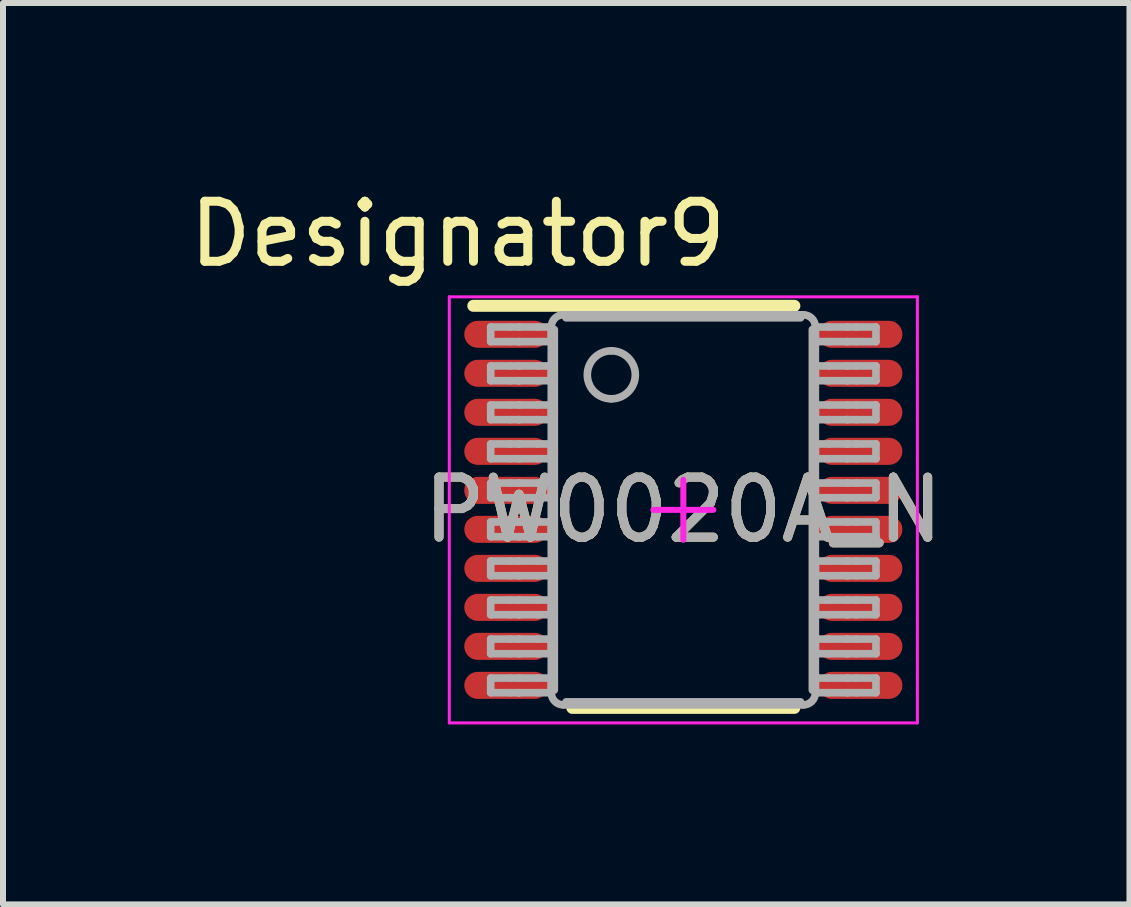
<source format=kicad_pcb>
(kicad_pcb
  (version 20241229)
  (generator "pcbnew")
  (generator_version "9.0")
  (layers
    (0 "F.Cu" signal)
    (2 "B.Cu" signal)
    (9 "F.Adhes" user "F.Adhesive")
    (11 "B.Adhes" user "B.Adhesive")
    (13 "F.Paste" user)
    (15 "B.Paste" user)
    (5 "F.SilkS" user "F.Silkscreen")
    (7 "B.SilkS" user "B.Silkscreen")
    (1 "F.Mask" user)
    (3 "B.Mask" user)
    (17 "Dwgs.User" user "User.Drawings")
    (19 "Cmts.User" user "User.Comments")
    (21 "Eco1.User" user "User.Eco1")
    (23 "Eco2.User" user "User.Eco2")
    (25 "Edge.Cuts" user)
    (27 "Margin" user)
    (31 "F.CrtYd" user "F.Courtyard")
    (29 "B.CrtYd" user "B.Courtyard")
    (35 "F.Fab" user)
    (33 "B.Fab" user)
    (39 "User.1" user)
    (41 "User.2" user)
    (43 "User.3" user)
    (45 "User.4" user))
  (footprint "PW0020A_N"
    (layer "F.Cu")
    (at 8.337 5.446)
    (property "Reference" "PW0020A_N" (at 0 0 0) (unlocked yes) (layer "F.SilkS") (effects (font (size 1 1) (thickness 0.15))))
    (attr smd)
    (fp_line (start -3.5 -3.4) (end 1.85 -3.4) (stroke (width 0.2) (type solid)) (layer "F.SilkS"))
    (fp_line (start -1.85 3.3) (end 1.85 3.3) (stroke (width 0.2) (type solid)) (layer "F.SilkS"))
    (fp_line (start -3.9 -3.55) (end 3.9 -3.55) (stroke (width 0.05) (type solid)) (layer "F.CrtYd"))
    (fp_line (start -3.9 3.55) (end -3.9 -3.55) (stroke (width 0.05) (type solid)) (layer "F.CrtYd"))
    (fp_line (start -3.9 3.55) (end 3.9 3.55) (stroke (width 0.05) (type solid)) (layer "F.CrtYd"))
    (fp_line (start -0.5 0.000003) (end 0.5 0.000003) (stroke (width 0.1) (type solid)) (layer "F.CrtYd"))
    (fp_line (start 0 0.5) (end 0 -0.5) (stroke (width 0.1) (type solid)) (layer "F.CrtYd"))
    (fp_line (start 3.9 3.55) (end 3.9 -3.55) (stroke (width 0.05) (type solid)) (layer "F.CrtYd"))
    (fp_line (start -3.21 -3.047) (end -2.887 -3.047) (stroke (width 0.127) (type solid)) (layer "F.Fab"))
    (fp_line (start -3.21 -2.803) (end -3.21 -3.047) (stroke (width 0.127) (type solid)) (layer "F.Fab"))
    (fp_line (start -3.21 -2.803) (end -2.887 -2.803) (stroke (width 0.127) (type solid)) (layer "F.Fab"))
    (fp_line (start -3.21 -2.398) (end -2.887 -2.398) (stroke (width 0.127) (type solid)) (layer "F.Fab"))
    (fp_line (start -3.21 -2.152) (end -3.21 -2.398) (stroke (width 0.127) (type solid)) (layer "F.Fab"))
    (fp_line (start -3.21 -2.152) (end -2.887 -2.152) (stroke (width 0.127) (type solid)) (layer "F.Fab"))
    (fp_line (start -3.21 -1.747) (end -2.887 -1.747) (stroke (width 0.127) (type solid)) (layer "F.Fab"))
    (fp_line (start -3.21 -1.503) (end -3.21 -1.747) (stroke (width 0.127) (type solid)) (layer "F.Fab"))
    (fp_line (start -3.21 -1.503) (end -2.887 -1.503) (stroke (width 0.127) (type solid)) (layer "F.Fab"))
    (fp_line (start -3.21 -1.098) (end -2.887 -1.098) (stroke (width 0.127) (type solid)) (layer "F.Fab"))
    (fp_line (start -3.21 -0.852) (end -3.21 -1.098) (stroke (width 0.127) (type solid)) (layer "F.Fab"))
    (fp_line (start -3.21 -0.852) (end -2.887 -0.852) (stroke (width 0.127) (type solid)) (layer "F.Fab"))
    (fp_line (start -3.21 -0.447) (end -2.887 -0.447) (stroke (width 0.127) (type solid)) (layer "F.Fab"))
    (fp_line (start -3.21 -0.202) (end -3.21 -0.447) (stroke (width 0.127) (type solid)) (layer "F.Fab"))
    (fp_line (start -3.21 -0.202) (end -2.887 -0.202) (stroke (width 0.127) (type solid)) (layer "F.Fab"))
    (fp_line (start -3.21 0.202) (end -2.887 0.202) (stroke (width 0.127) (type solid)) (layer "F.Fab"))
    (fp_line (start -3.21 0.448) (end -3.21 0.202) (stroke (width 0.127) (type solid)) (layer "F.Fab"))
    (fp_line (start -3.21 0.448) (end -2.887 0.448) (stroke (width 0.127) (type solid)) (layer "F.Fab"))
    (fp_line (start -3.21 0.853) (end -2.887 0.853) (stroke (width 0.127) (type solid)) (layer "F.Fab"))
    (fp_line (start -3.21 1.098) (end -3.21 0.853) (stroke (width 0.127) (type solid)) (layer "F.Fab"))
    (fp_line (start -3.21 1.098) (end -2.887 1.098) (stroke (width 0.127) (type solid)) (layer "F.Fab"))
    (fp_line (start -3.21 1.503) (end -2.887 1.503) (stroke (width 0.127) (type solid)) (layer "F.Fab"))
    (fp_line (start -3.21 1.748) (end -3.21 1.503) (stroke (width 0.127) (type solid)) (layer "F.Fab"))
    (fp_line (start -3.21 1.748) (end -2.887 1.748) (stroke (width 0.127) (type solid)) (layer "F.Fab"))
    (fp_line (start -3.21 2.153) (end -2.887 2.153) (stroke (width 0.127) (type solid)) (layer "F.Fab"))
    (fp_line (start -3.21 2.398) (end -3.21 2.153) (stroke (width 0.127) (type solid)) (layer "F.Fab"))
    (fp_line (start -3.21 2.398) (end -2.887 2.398) (stroke (width 0.127) (type solid)) (layer "F.Fab"))
    (fp_line (start -3.21 2.803) (end -2.887 2.803) (stroke (width 0.127) (type solid)) (layer "F.Fab"))
    (fp_line (start -3.21 3.047) (end -3.21 2.803) (stroke (width 0.127) (type solid)) (layer "F.Fab"))
    (fp_line (start -3.21 3.047) (end -2.887 3.047) (stroke (width 0.127) (type solid)) (layer "F.Fab"))
    (fp_line (start -2.887 -3.047) (end -2.739 -3.047) (stroke (width 0.127) (type solid)) (layer "F.Fab"))
    (fp_line (start -2.887 -2.803) (end -2.739 -2.803) (stroke (width 0.127) (type solid)) (layer "F.Fab"))
    (fp_line (start -2.887 -2.398) (end -2.739 -2.398) (stroke (width 0.127) (type solid)) (layer "F.Fab"))
    (fp_line (start -2.887 -2.152) (end -2.739 -2.152) (stroke (width 0.127) (type solid)) (layer "F.Fab"))
    (fp_line (start -2.887 -1.747) (end -2.739 -1.747) (stroke (width 0.127) (type solid)) (layer "F.Fab"))
    (fp_line (start -2.887 -1.503) (end -2.739 -1.503) (stroke (width 0.127) (type solid)) (layer "F.Fab"))
    (fp_line (start -2.887 -1.098) (end -2.739 -1.098) (stroke (width 0.127) (type solid)) (layer "F.Fab"))
    (fp_line (start -2.887 -0.852) (end -2.739 -0.852) (stroke (width 0.127) (type solid)) (layer "F.Fab"))
    (fp_line (start -2.887 -0.447) (end -2.739 -0.447) (stroke (width 0.127) (type solid)) (layer "F.Fab"))
    (fp_line (start -2.887 -0.202) (end -2.739 -0.202) (stroke (width 0.127) (type solid)) (layer "F.Fab"))
    (fp_line (start -2.887 0.202) (end -2.739 0.202) (stroke (width 0.127) (type solid)) (layer "F.Fab"))
    (fp_line (start -2.887 0.448) (end -2.739 0.448) (stroke (width 0.127) (type solid)) (layer "F.Fab"))
    (fp_line (start -2.887 0.853) (end -2.739 0.853) (stroke (width 0.127) (type solid)) (layer "F.Fab"))
    (fp_line (start -2.887 1.098) (end -2.739 1.098) (stroke (width 0.127) (type solid)) (layer "F.Fab"))
    (fp_line (start -2.887 1.503) (end -2.739 1.503) (stroke (width 0.127) (type solid)) (layer "F.Fab"))
    (fp_line (start -2.887 1.748) (end -2.739 1.748) (stroke (width 0.127) (type solid)) (layer "F.Fab"))
    (fp_line (start -2.887 2.153) (end -2.739 2.153) (stroke (width 0.127) (type solid)) (layer "F.Fab"))
    (fp_line (start -2.887 2.398) (end -2.739 2.398) (stroke (width 0.127) (type solid)) (layer "F.Fab"))
    (fp_line (start -2.887 2.803) (end -2.739 2.803) (stroke (width 0.127) (type solid)) (layer "F.Fab"))
    (fp_line (start -2.887 3.047) (end -2.739 3.047) (stroke (width 0.127) (type solid)) (layer "F.Fab"))
    (fp_line (start -2.739 -3.047) (end -2.733 -3.047) (stroke (width 0.127) (type solid)) (layer "F.Fab"))
    (fp_line (start -2.739 -2.803) (end -2.733 -2.803) (stroke (width 0.127) (type solid)) (layer "F.Fab"))
    (fp_line (start -2.739 -2.398) (end -2.733 -2.398) (stroke (width 0.127) (type solid)) (layer "F.Fab"))
    (fp_line (start -2.739 -2.152) (end -2.733 -2.152) (stroke (width 0.127) (type solid)) (layer "F.Fab"))
    (fp_line (start -2.739 -1.747) (end -2.733 -1.747) (stroke (width 0.127) (type solid)) (layer "F.Fab"))
    (fp_line (start -2.739 -1.503) (end -2.733 -1.503) (stroke (width 0.127) (type solid)) (layer "F.Fab"))
    (fp_line (start -2.739 -1.098) (end -2.733 -1.098) (stroke (width 0.127) (type solid)) (layer "F.Fab"))
    (fp_line (start -2.739 -0.852) (end -2.733 -0.852) (stroke (width 0.127) (type solid)) (layer "F.Fab"))
    (fp_line (start -2.739 -0.447) (end -2.733 -0.447) (stroke (width 0.127) (type solid)) (layer "F.Fab"))
    (fp_line (start -2.739 -0.202) (end -2.733 -0.202) (stroke (width 0.127) (type solid)) (layer "F.Fab"))
    (fp_line (start -2.739 0.202) (end -2.733 0.202) (stroke (width 0.127) (type solid)) (layer "F.Fab"))
    (fp_line (start -2.739 0.448) (end -2.733 0.448) (stroke (width 0.127) (type solid)) (layer "F.Fab"))
    (fp_line (start -2.739 0.853) (end -2.733 0.853) (stroke (width 0.127) (type solid)) (layer "F.Fab"))
    (fp_line (start -2.739 1.098) (end -2.733 1.098) (stroke (width 0.127) (type solid)) (layer "F.Fab"))
    (fp_line (start -2.739 1.503) (end -2.733 1.503) (stroke (width 0.127) (type solid)) (layer "F.Fab"))
    (fp_line (start -2.739 1.748) (end -2.733 1.748) (stroke (width 0.127) (type solid)) (layer "F.Fab"))
    (fp_line (start -2.739 2.153) (end -2.733 2.153) (stroke (width 0.127) (type solid)) (layer "F.Fab"))
    (fp_line (start -2.739 2.398) (end -2.733 2.398) (stroke (width 0.127) (type solid)) (layer "F.Fab"))
    (fp_line (start -2.739 2.803) (end -2.733 2.803) (stroke (width 0.127) (type solid)) (layer "F.Fab"))
    (fp_line (start -2.739 3.047) (end -2.733 3.047) (stroke (width 0.127) (type solid)) (layer "F.Fab"))
    (fp_line (start -2.733 -3.047) (end -2.431 -3.047) (stroke (width 0.127) (type solid)) (layer "F.Fab"))
    (fp_line (start -2.733 -2.803) (end -2.431 -2.803) (stroke (width 0.127) (type solid)) (layer "F.Fab"))
    (fp_line (start -2.733 -2.398) (end -2.431 -2.398) (stroke (width 0.127) (type solid)) (layer "F.Fab"))
    (fp_line (start -2.733 -2.152) (end -2.431 -2.152) (stroke (width 0.127) (type solid)) (layer "F.Fab"))
    (fp_line (start -2.733 -1.747) (end -2.431 -1.747) (stroke (width 0.127) (type solid)) (layer "F.Fab"))
    (fp_line (start -2.733 -1.503) (end -2.431 -1.503) (stroke (width 0.127) (type solid)) (layer "F.Fab"))
    (fp_line (start -2.733 -1.098) (end -2.431 -1.098) (stroke (width 0.127) (type solid)) (layer "F.Fab"))
    (fp_line (start -2.733 -0.852) (end -2.431 -0.852) (stroke (width 0.127) (type solid)) (layer "F.Fab"))
    (fp_line (start -2.733 -0.447) (end -2.431 -0.447) (stroke (width 0.127) (type solid)) (layer "F.Fab"))
    (fp_line (start -2.733 -0.202) (end -2.431 -0.202) (stroke (width 0.127) (type solid)) (layer "F.Fab"))
    (fp_line (start -2.733 0.202) (end -2.431 0.202) (stroke (width 0.127) (type solid)) (layer "F.Fab"))
    (fp_line (start -2.733 0.448) (end -2.431 0.448) (stroke (width 0.127) (type solid)) (layer "F.Fab"))
    (fp_line (start -2.733 0.853) (end -2.431 0.853) (stroke (width 0.127) (type solid)) (layer "F.Fab"))
    (fp_line (start -2.733 1.098) (end -2.431 1.098) (stroke (width 0.127) (type solid)) (layer "F.Fab"))
    (fp_line (start -2.733 1.503) (end -2.431 1.503) (stroke (width 0.127) (type solid)) (layer "F.Fab"))
    (fp_line (start -2.733 1.748) (end -2.431 1.748) (stroke (width 0.127) (type solid)) (layer "F.Fab"))
    (fp_line (start -2.733 2.153) (end -2.431 2.153) (stroke (width 0.127) (type solid)) (layer "F.Fab"))
    (fp_line (start -2.733 2.398) (end -2.431 2.398) (stroke (width 0.127) (type solid)) (layer "F.Fab"))
    (fp_line (start -2.733 2.803) (end -2.431 2.803) (stroke (width 0.127) (type solid)) (layer "F.Fab"))
    (fp_line (start -2.733 3.047) (end -2.431 3.047) (stroke (width 0.127) (type solid)) (layer "F.Fab"))
    (fp_line (start -2.431 -3.047) (end -2.2 -3.047) (stroke (width 0.127) (type solid)) (layer "F.Fab"))
    (fp_line (start -2.431 -2.803) (end -2.2 -2.803) (stroke (width 0.127) (type solid)) (layer "F.Fab"))
    (fp_line (start -2.431 -2.398) (end -2.2 -2.398) (stroke (width 0.127) (type solid)) (layer "F.Fab"))
    (fp_line (start -2.431 -2.152) (end -2.2 -2.152) (stroke (width 0.127) (type solid)) (layer "F.Fab"))
    (fp_line (start -2.431 -1.747) (end -2.2 -1.747) (stroke (width 0.127) (type solid)) (layer "F.Fab"))
    (fp_line (start -2.431 -1.503) (end -2.2 -1.503) (stroke (width 0.127) (type solid)) (layer "F.Fab"))
    (fp_line (start -2.431 -1.098) (end -2.2 -1.098) (stroke (width 0.127) (type solid)) (layer "F.Fab"))
    (fp_line (start -2.431 -0.852) (end -2.2 -0.852) (stroke (width 0.127) (type solid)) (layer "F.Fab"))
    (fp_line (start -2.431 -0.447) (end -2.2 -0.447) (stroke (width 0.127) (type solid)) (layer "F.Fab"))
    (fp_line (start -2.431 -0.202) (end -2.2 -0.202) (stroke (width 0.127) (type solid)) (layer "F.Fab"))
    (fp_line (start -2.431 0.202) (end -2.2 0.202) (stroke (width 0.127) (type solid)) (layer "F.Fab"))
    (fp_line (start -2.431 0.448) (end -2.2 0.448) (stroke (width 0.127) (type solid)) (layer "F.Fab"))
    (fp_line (start -2.431 0.853) (end -2.2 0.853) (stroke (width 0.127) (type solid)) (layer "F.Fab"))
    (fp_line (start -2.431 1.098) (end -2.2 1.098) (stroke (width 0.127) (type solid)) (layer "F.Fab"))
    (fp_line (start -2.431 1.503) (end -2.2 1.503) (stroke (width 0.127) (type solid)) (layer "F.Fab"))
    (fp_line (start -2.431 1.748) (end -2.2 1.748) (stroke (width 0.127) (type solid)) (layer "F.Fab"))
    (fp_line (start -2.431 2.153) (end -2.2 2.153) (stroke (width 0.127) (type solid)) (layer "F.Fab"))
    (fp_line (start -2.431 2.398) (end -2.2 2.398) (stroke (width 0.127) (type solid)) (layer "F.Fab"))
    (fp_line (start -2.431 2.803) (end -2.2 2.803) (stroke (width 0.127) (type solid)) (layer "F.Fab"))
    (fp_line (start -2.431 3.047) (end -2.2 3.047) (stroke (width 0.127) (type solid)) (layer "F.Fab"))
    (fp_line (start -2.2 -2.803) (end -2.2 -3.047) (stroke (width 0.127) (type solid)) (layer "F.Fab"))
    (fp_line (start -2.2 -2.152) (end -2.2 -2.398) (stroke (width 0.127) (type solid)) (layer "F.Fab"))
    (fp_line (start -2.2 -1.503) (end -2.2 -1.747) (stroke (width 0.127) (type solid)) (layer "F.Fab"))
    (fp_line (start -2.2 -0.852) (end -2.2 -1.098) (stroke (width 0.127) (type solid)) (layer "F.Fab"))
    (fp_line (start -2.2 -0.202) (end -2.2 -0.447) (stroke (width 0.127) (type solid)) (layer "F.Fab"))
    (fp_line (start -2.2 0.448) (end -2.2 0.202) (stroke (width 0.127) (type solid)) (layer "F.Fab"))
    (fp_line (start -2.2 1.098) (end -2.2 0.853) (stroke (width 0.127) (type solid)) (layer "F.Fab"))
    (fp_line (start -2.2 1.748) (end -2.2 1.503) (stroke (width 0.127) (type solid)) (layer "F.Fab"))
    (fp_line (start -2.2 2.398) (end -2.2 2.153) (stroke (width 0.127) (type solid)) (layer "F.Fab"))
    (fp_line (start -2.2 3.047) (end -2.2 2.803) (stroke (width 0.127) (type solid)) (layer "F.Fab"))
    (fp_line (start -2.2 3.05) (end -2.2 -3.05) (stroke (width 0.127) (type solid)) (layer "F.Fab"))
    (fp_line (start -2.15 3.004) (end -2.15 -3.004) (stroke (width 0.127) (type solid)) (layer "F.Fab"))
    (fp_line (start -2 -3.25) (end 2 -3.25) (stroke (width 0.127) (type solid)) (layer "F.Fab"))
    (fp_line (start -2 3.25) (end 2 3.25) (stroke (width 0.127) (type solid)) (layer "F.Fab"))
    (fp_line (start -1.954 -3.2) (end 1.954 -3.2) (stroke (width 0.127) (type solid)) (layer "F.Fab"))
    (fp_line (start -1.954 3.2) (end 1.954 3.2) (stroke (width 0.127) (type solid)) (layer "F.Fab"))
    (fp_line (start 2.15 3.004) (end 2.15 -3.004) (stroke (width 0.127) (type solid)) (layer "F.Fab"))
    (fp_line (start 2.2 -3.047) (end 2.43 -3.047) (stroke (width 0.127) (type solid)) (layer "F.Fab"))
    (fp_line (start 2.2 -2.803) (end 2.2 -3.047) (stroke (width 0.127) (type solid)) (layer "F.Fab"))
    (fp_line (start 2.2 -2.803) (end 2.43 -2.803) (stroke (width 0.127) (type solid)) (layer "F.Fab"))
    (fp_line (start 2.2 -2.398) (end 2.43 -2.398) (stroke (width 0.127) (type solid)) (layer "F.Fab"))
    (fp_line (start 2.2 -2.152) (end 2.2 -2.398) (stroke (width 0.127) (type solid)) (layer "F.Fab"))
    (fp_line (start 2.2 -2.152) (end 2.43 -2.152) (stroke (width 0.127) (type solid)) (layer "F.Fab"))
    (fp_line (start 2.2 -1.747) (end 2.43 -1.747) (stroke (width 0.127) (type solid)) (layer "F.Fab"))
    (fp_line (start 2.2 -1.503) (end 2.2 -1.747) (stroke (width 0.127) (type solid)) (layer "F.Fab"))
    (fp_line (start 2.2 -1.503) (end 2.43 -1.503) (stroke (width 0.127) (type solid)) (layer "F.Fab"))
    (fp_line (start 2.2 -1.098) (end 2.43 -1.098) (stroke (width 0.127) (type solid)) (layer "F.Fab"))
    (fp_line (start 2.2 -0.852) (end 2.2 -1.098) (stroke (width 0.127) (type solid)) (layer "F.Fab"))
    (fp_line (start 2.2 -0.852) (end 2.43 -0.852) (stroke (width 0.127) (type solid)) (layer "F.Fab"))
    (fp_line (start 2.2 -0.447) (end 2.43 -0.447) (stroke (width 0.127) (type solid)) (layer "F.Fab"))
    (fp_line (start 2.2 -0.202) (end 2.2 -0.447) (stroke (width 0.127) (type solid)) (layer "F.Fab"))
    (fp_line (start 2.2 -0.202) (end 2.43 -0.202) (stroke (width 0.127) (type solid)) (layer "F.Fab"))
    (fp_line (start 2.2 0.202) (end 2.43 0.202) (stroke (width 0.127) (type solid)) (layer "F.Fab"))
    (fp_line (start 2.2 0.448) (end 2.2 0.202) (stroke (width 0.127) (type solid)) (layer "F.Fab"))
    (fp_line (start 2.2 0.448) (end 2.43 0.448) (stroke (width 0.127) (type solid)) (layer "F.Fab"))
    (fp_line (start 2.2 0.853) (end 2.43 0.853) (stroke (width 0.127) (type solid)) (layer "F.Fab"))
    (fp_line (start 2.2 1.098) (end 2.2 0.853) (stroke (width 0.127) (type solid)) (layer "F.Fab"))
    (fp_line (start 2.2 1.098) (end 2.43 1.098) (stroke (width 0.127) (type solid)) (layer "F.Fab"))
    (fp_line (start 2.2 1.503) (end 2.43 1.503) (stroke (width 0.127) (type solid)) (layer "F.Fab"))
    (fp_line (start 2.2 1.748) (end 2.2 1.503) (stroke (width 0.127) (type solid)) (layer "F.Fab"))
    (fp_line (start 2.2 1.748) (end 2.43 1.748) (stroke (width 0.127) (type solid)) (layer "F.Fab"))
    (fp_line (start 2.2 2.153) (end 2.43 2.153) (stroke (width 0.127) (type solid)) (layer "F.Fab"))
    (fp_line (start 2.2 2.398) (end 2.2 2.153) (stroke (width 0.127) (type solid)) (layer "F.Fab"))
    (fp_line (start 2.2 2.398) (end 2.43 2.398) (stroke (width 0.127) (type solid)) (layer "F.Fab"))
    (fp_line (start 2.2 2.803) (end 2.43 2.803) (stroke (width 0.127) (type solid)) (layer "F.Fab"))
    (fp_line (start 2.2 3.047) (end 2.2 2.803) (stroke (width 0.127) (type solid)) (layer "F.Fab"))
    (fp_line (start 2.2 3.047) (end 2.43 3.047) (stroke (width 0.127) (type solid)) (layer "F.Fab"))
    (fp_line (start 2.2 3.05) (end 2.2 -3.05) (stroke (width 0.127) (type solid)) (layer "F.Fab"))
    (fp_line (start 2.43 -3.047) (end 2.733 -3.047) (stroke (width 0.127) (type solid)) (layer "F.Fab"))
    (fp_line (start 2.43 -2.803) (end 2.733 -2.803) (stroke (width 0.127) (type solid)) (layer "F.Fab"))
    (fp_line (start 2.43 -2.398) (end 2.733 -2.398) (stroke (width 0.127) (type solid)) (layer "F.Fab"))
    (fp_line (start 2.43 -2.152) (end 2.733 -2.152) (stroke (width 0.127) (type solid)) (layer "F.Fab"))
    (fp_line (start 2.43 -1.747) (end 2.733 -1.747) (stroke (width 0.127) (type solid)) (layer "F.Fab"))
    (fp_line (start 2.43 -1.503) (end 2.733 -1.503) (stroke (width 0.127) (type solid)) (layer "F.Fab"))
    (fp_line (start 2.43 -1.098) (end 2.733 -1.098) (stroke (width 0.127) (type solid)) (layer "F.Fab"))
    (fp_line (start 2.43 -0.852) (end 2.733 -0.852) (stroke (width 0.127) (type solid)) (layer "F.Fab"))
    (fp_line (start 2.43 -0.447) (end 2.733 -0.447) (stroke (width 0.127) (type solid)) (layer "F.Fab"))
    (fp_line (start 2.43 -0.202) (end 2.733 -0.202) (stroke (width 0.127) (type solid)) (layer "F.Fab"))
    (fp_line (start 2.43 0.202) (end 2.733 0.202) (stroke (width 0.127) (type solid)) (layer "F.Fab"))
    (fp_line (start 2.43 0.448) (end 2.733 0.448) (stroke (width 0.127) (type solid)) (layer "F.Fab"))
    (fp_line (start 2.43 0.853) (end 2.733 0.853) (stroke (width 0.127) (type solid)) (layer "F.Fab"))
    (fp_line (start 2.43 1.098) (end 2.733 1.098) (stroke (width 0.127) (type solid)) (layer "F.Fab"))
    (fp_line (start 2.43 1.503) (end 2.733 1.503) (stroke (width 0.127) (type solid)) (layer "F.Fab"))
    (fp_line (start 2.43 1.748) (end 2.733 1.748) (stroke (width 0.127) (type solid)) (layer "F.Fab"))
    (fp_line (start 2.43 2.153) (end 2.733 2.153) (stroke (width 0.127) (type solid)) (layer "F.Fab"))
    (fp_line (start 2.43 2.398) (end 2.733 2.398) (stroke (width 0.127) (type solid)) (layer "F.Fab"))
    (fp_line (start 2.43 2.803) (end 2.733 2.803) (stroke (width 0.127) (type solid)) (layer "F.Fab"))
    (fp_line (start 2.43 3.047) (end 2.733 3.047) (stroke (width 0.127) (type solid)) (layer "F.Fab"))
    (fp_line (start 2.733 -3.047) (end 2.739 -3.047) (stroke (width 0.127) (type solid)) (layer "F.Fab"))
    (fp_line (start 2.733 -2.803) (end 2.739 -2.803) (stroke (width 0.127) (type solid)) (layer "F.Fab"))
    (fp_line (start 2.733 -2.398) (end 2.739 -2.398) (stroke (width 0.127) (type solid)) (layer "F.Fab"))
    (fp_line (start 2.733 -2.152) (end 2.739 -2.152) (stroke (width 0.127) (type solid)) (layer "F.Fab"))
    (fp_line (start 2.733 -1.747) (end 2.739 -1.747) (stroke (width 0.127) (type solid)) (layer "F.Fab"))
    (fp_line (start 2.733 -1.503) (end 2.739 -1.503) (stroke (width 0.127) (type solid)) (layer "F.Fab"))
    (fp_line (start 2.733 -1.098) (end 2.739 -1.098) (stroke (width 0.127) (type solid)) (layer "F.Fab"))
    (fp_line (start 2.733 -0.852) (end 2.739 -0.852) (stroke (width 0.127) (type solid)) (layer "F.Fab"))
    (fp_line (start 2.733 -0.447) (end 2.739 -0.447) (stroke (width 0.127) (type solid)) (layer "F.Fab"))
    (fp_line (start 2.733 -0.202) (end 2.739 -0.202) (stroke (width 0.127) (type solid)) (layer "F.Fab"))
    (fp_line (start 2.733 0.202) (end 2.739 0.202) (stroke (width 0.127) (type solid)) (layer "F.Fab"))
    (fp_line (start 2.733 0.448) (end 2.739 0.448) (stroke (width 0.127) (type solid)) (layer "F.Fab"))
    (fp_line (start 2.733 0.853) (end 2.739 0.853) (stroke (width 0.127) (type solid)) (layer "F.Fab"))
    (fp_line (start 2.733 1.098) (end 2.739 1.098) (stroke (width 0.127) (type solid)) (layer "F.Fab"))
    (fp_line (start 2.733 1.503) (end 2.739 1.503) (stroke (width 0.127) (type solid)) (layer "F.Fab"))
    (fp_line (start 2.733 1.748) (end 2.739 1.748) (stroke (width 0.127) (type solid)) (layer "F.Fab"))
    (fp_line (start 2.733 2.153) (end 2.739 2.153) (stroke (width 0.127) (type solid)) (layer "F.Fab"))
    (fp_line (start 2.733 2.398) (end 2.739 2.398) (stroke (width 0.127) (type solid)) (layer "F.Fab"))
    (fp_line (start 2.733 2.803) (end 2.739 2.803) (stroke (width 0.127) (type solid)) (layer "F.Fab"))
    (fp_line (start 2.733 3.047) (end 2.739 3.047) (stroke (width 0.127) (type solid)) (layer "F.Fab"))
    (fp_line (start 2.739 -3.047) (end 2.887 -3.047) (stroke (width 0.127) (type solid)) (layer "F.Fab"))
    (fp_line (start 2.739 -2.803) (end 2.887 -2.803) (stroke (width 0.127) (type solid)) (layer "F.Fab"))
    (fp_line (start 2.739 -2.398) (end 2.887 -2.398) (stroke (width 0.127) (type solid)) (layer "F.Fab"))
    (fp_line (start 2.739 -2.152) (end 2.887 -2.152) (stroke (width 0.127) (type solid)) (layer "F.Fab"))
    (fp_line (start 2.739 -1.747) (end 2.887 -1.747) (stroke (width 0.127) (type solid)) (layer "F.Fab"))
    (fp_line (start 2.739 -1.503) (end 2.887 -1.503) (stroke (width 0.127) (type solid)) (layer "F.Fab"))
    (fp_line (start 2.739 -1.098) (end 2.887 -1.098) (stroke (width 0.127) (type solid)) (layer "F.Fab"))
    (fp_line (start 2.739 -0.852) (end 2.887 -0.852) (stroke (width 0.127) (type solid)) (layer "F.Fab"))
    (fp_line (start 2.739 -0.447) (end 2.887 -0.447) (stroke (width 0.127) (type solid)) (layer "F.Fab"))
    (fp_line (start 2.739 -0.202) (end 2.887 -0.202) (stroke (width 0.127) (type solid)) (layer "F.Fab"))
    (fp_line (start 2.739 0.202) (end 2.887 0.202) (stroke (width 0.127) (type solid)) (layer "F.Fab"))
    (fp_line (start 2.739 0.448) (end 2.887 0.448) (stroke (width 0.127) (type solid)) (layer "F.Fab"))
    (fp_line (start 2.739 0.853) (end 2.887 0.853) (stroke (width 0.127) (type solid)) (layer "F.Fab"))
    (fp_line (start 2.739 1.098) (end 2.887 1.098) (stroke (width 0.127) (type solid)) (layer "F.Fab"))
    (fp_line (start 2.739 1.503) (end 2.887 1.503) (stroke (width 0.127) (type solid)) (layer "F.Fab"))
    (fp_line (start 2.739 1.748) (end 2.887 1.748) (stroke (width 0.127) (type solid)) (layer "F.Fab"))
    (fp_line (start 2.739 2.153) (end 2.887 2.153) (stroke (width 0.127) (type solid)) (layer "F.Fab"))
    (fp_line (start 2.739 2.398) (end 2.887 2.398) (stroke (width 0.127) (type solid)) (layer "F.Fab"))
    (fp_line (start 2.739 2.803) (end 2.887 2.803) (stroke (width 0.127) (type solid)) (layer "F.Fab"))
    (fp_line (start 2.739 3.047) (end 2.887 3.047) (stroke (width 0.127) (type solid)) (layer "F.Fab"))
    (fp_line (start 2.887 -3.047) (end 3.21 -3.047) (stroke (width 0.127) (type solid)) (layer "F.Fab"))
    (fp_line (start 2.887 -2.803) (end 3.21 -2.803) (stroke (width 0.127) (type solid)) (layer "F.Fab"))
    (fp_line (start 2.887 -2.398) (end 3.21 -2.398) (stroke (width 0.127) (type solid)) (layer "F.Fab"))
    (fp_line (start 2.887 -2.152) (end 3.21 -2.152) (stroke (width 0.127) (type solid)) (layer "F.Fab"))
    (fp_line (start 2.887 -1.747) (end 3.21 -1.747) (stroke (width 0.127) (type solid)) (layer "F.Fab"))
    (fp_line (start 2.887 -1.503) (end 3.21 -1.503) (stroke (width 0.127) (type solid)) (layer "F.Fab"))
    (fp_line (start 2.887 -1.098) (end 3.21 -1.098) (stroke (width 0.127) (type solid)) (layer "F.Fab"))
    (fp_line (start 2.887 -0.852) (end 3.21 -0.852) (stroke (width 0.127) (type solid)) (layer "F.Fab"))
    (fp_line (start 2.887 -0.447) (end 3.21 -0.447) (stroke (width 0.127) (type solid)) (layer "F.Fab"))
    (fp_line (start 2.887 -0.202) (end 3.21 -0.202) (stroke (width 0.127) (type solid)) (layer "F.Fab"))
    (fp_line (start 2.887 0.202) (end 3.21 0.202) (stroke (width 0.127) (type solid)) (layer "F.Fab"))
    (fp_line (start 2.887 0.448) (end 3.21 0.448) (stroke (width 0.127) (type solid)) (layer "F.Fab"))
    (fp_line (start 2.887 0.853) (end 3.21 0.853) (stroke (width 0.127) (type solid)) (layer "F.Fab"))
    (fp_line (start 2.887 1.098) (end 3.21 1.098) (stroke (width 0.127) (type solid)) (layer "F.Fab"))
    (fp_line (start 2.887 1.503) (end 3.21 1.503) (stroke (width 0.127) (type solid)) (layer "F.Fab"))
    (fp_line (start 2.887 1.748) (end 3.21 1.748) (stroke (width 0.127) (type solid)) (layer "F.Fab"))
    (fp_line (start 2.887 2.153) (end 3.21 2.153) (stroke (width 0.127) (type solid)) (layer "F.Fab"))
    (fp_line (start 2.887 2.398) (end 3.21 2.398) (stroke (width 0.127) (type solid)) (layer "F.Fab"))
    (fp_line (start 2.887 2.803) (end 3.21 2.803) (stroke (width 0.127) (type solid)) (layer "F.Fab"))
    (fp_line (start 2.887 3.047) (end 3.21 3.047) (stroke (width 0.127) (type solid)) (layer "F.Fab"))
    (fp_line (start 3.21 -2.803) (end 3.21 -3.047) (stroke (width 0.127) (type solid)) (layer "F.Fab"))
    (fp_line (start 3.21 -2.152) (end 3.21 -2.398) (stroke (width 0.127) (type solid)) (layer "F.Fab"))
    (fp_line (start 3.21 -1.503) (end 3.21 -1.747) (stroke (width 0.127) (type solid)) (layer "F.Fab"))
    (fp_line (start 3.21 -0.852) (end 3.21 -1.098) (stroke (width 0.127) (type solid)) (layer "F.Fab"))
    (fp_line (start 3.21 -0.202) (end 3.21 -0.447) (stroke (width 0.127) (type solid)) (layer "F.Fab"))
    (fp_line (start 3.21 0.448) (end 3.21 0.202) (stroke (width 0.127) (type solid)) (layer "F.Fab"))
    (fp_line (start 3.21 1.098) (end 3.21 0.853) (stroke (width 0.127) (type solid)) (layer "F.Fab"))
    (fp_line (start 3.21 1.748) (end 3.21 1.503) (stroke (width 0.127) (type solid)) (layer "F.Fab"))
    (fp_line (start 3.21 2.398) (end 3.21 2.153) (stroke (width 0.127) (type solid)) (layer "F.Fab"))
    (fp_line (start 3.21 3.047) (end 3.21 2.803) (stroke (width 0.127) (type solid)) (layer "F.Fab"))
    (fp_arc (start -2.200026 -3.050001) (mid -2.141435 -3.191428) (end -2.000001 -3.250001) (stroke (width 0.127) (type solid)) (layer "F.Fab"))
    (fp_arc (start -2.000001 3.250011) (mid -2.141435 3.191438) (end -2.200026 3.050012) (stroke (width 0.127) (type solid)) (layer "F.Fab"))
    (fp_arc (start -1.200003 -2.650002) (mid -0.800003 -2.250003) (end -1.200003 -1.850004) (stroke (width 0.127) (type solid)) (layer "F.Fab"))
    (fp_arc (start -1.200003 -1.850004) (mid -1.600002 -2.250003) (end -1.200003 -2.650002) (stroke (width 0.127) (type solid)) (layer "F.Fab"))
    (fp_arc (start 1.999991 -3.250001) (mid 2.141412 -3.191423) (end 2.199991 -3.050002) (stroke (width 0.127) (type solid)) (layer "F.Fab"))
    (fp_arc (start 2.199991 3.050012) (mid 2.141412 3.191433) (end 1.999991 3.250011) (stroke (width 0.127) (type solid)) (layer "F.Fab"))
    (fp_text user "Designator9" (at -3.759 -4.597 0) (unlocked yes) (layer "F.SilkS") (effects (font (size 1 1) (thickness 0.15))))
    (fp_text user "${REFERENCE}" (at 0 0 0) (unlocked yes) (layer "F.Fab") (effects (font (size 1 1) (thickness 0.15))))
    (pad "1" smd oval (at -2.95 -2.925 90) (size 0.45 1.4) (layers "F.Cu" "F.Mask" "F.Paste"))
    (pad "2" smd oval (at -2.95 -2.275 90) (size 0.45 1.4) (layers "F.Cu" "F.Mask" "F.Paste"))
    (pad "3" smd oval (at -2.95 -1.625 90) (size 0.45 1.4) (layers "F.Cu" "F.Mask" "F.Paste"))
    (pad "4" smd oval (at -2.95 -0.975 90) (size 0.45 1.4) (layers "F.Cu" "F.Mask" "F.Paste"))
    (pad "5" smd oval (at -2.95 -0.325 90) (size 0.45 1.4) (layers "F.Cu" "F.Mask" "F.Paste"))
    (pad "6" smd oval (at -2.95 0.325 90) (size 0.45 1.4) (layers "F.Cu" "F.Mask" "F.Paste"))
    (pad "7" smd oval (at -2.95 0.975 90) (size 0.45 1.4) (layers "F.Cu" "F.Mask" "F.Paste"))
    (pad "8" smd oval (at -2.95 1.625 90) (size 0.45 1.4) (layers "F.Cu" "F.Mask" "F.Paste"))
    (pad "9" smd oval (at -2.95 2.275 90) (size 0.45 1.4) (layers "F.Cu" "F.Mask" "F.Paste"))
    (pad "10" smd oval (at -2.95 2.925 90) (size 0.45 1.4) (layers "F.Cu" "F.Mask" "F.Paste"))
    (pad "11" smd oval (at 2.95 2.925 90) (size 0.45 1.4) (layers "F.Cu" "F.Mask" "F.Paste"))
    (pad "12" smd oval (at 2.95 2.275 90) (size 0.45 1.4) (layers "F.Cu" "F.Mask" "F.Paste"))
    (pad "13" smd oval (at 2.95 1.625 90) (size 0.45 1.4) (layers "F.Cu" "F.Mask" "F.Paste"))
    (pad "14" smd oval (at 2.95 0.975 90) (size 0.45 1.4) (layers "F.Cu" "F.Mask" "F.Paste"))
    (pad "15" smd oval (at 2.95 0.325 90) (size 0.45 1.4) (layers "F.Cu" "F.Mask" "F.Paste"))
    (pad "16" smd oval (at 2.95 -0.325 90) (size 0.45 1.4) (layers "F.Cu" "F.Mask" "F.Paste"))
    (pad "17" smd oval (at 2.95 -0.975 90) (size 0.45 1.4) (layers "F.Cu" "F.Mask" "F.Paste"))
    (pad "18" smd oval (at 2.95 -1.625 90) (size 0.45 1.4) (layers "F.Cu" "F.Mask" "F.Paste"))
    (pad "19" smd oval (at 2.95 -2.275 90) (size 0.45 1.4) (layers "F.Cu" "F.Mask" "F.Paste"))
    (pad "20" smd oval (at 2.95 -2.925 90) (size 0.45 1.4) (layers "F.Cu" "F.Mask" "F.Paste")))
  (gr_rect
    (start -3 -3)
    (end 15.771 12.021)
    (stroke (width 0.1) (type default))
    (fill no)
    (layer "Edge.Cuts")))
</source>
